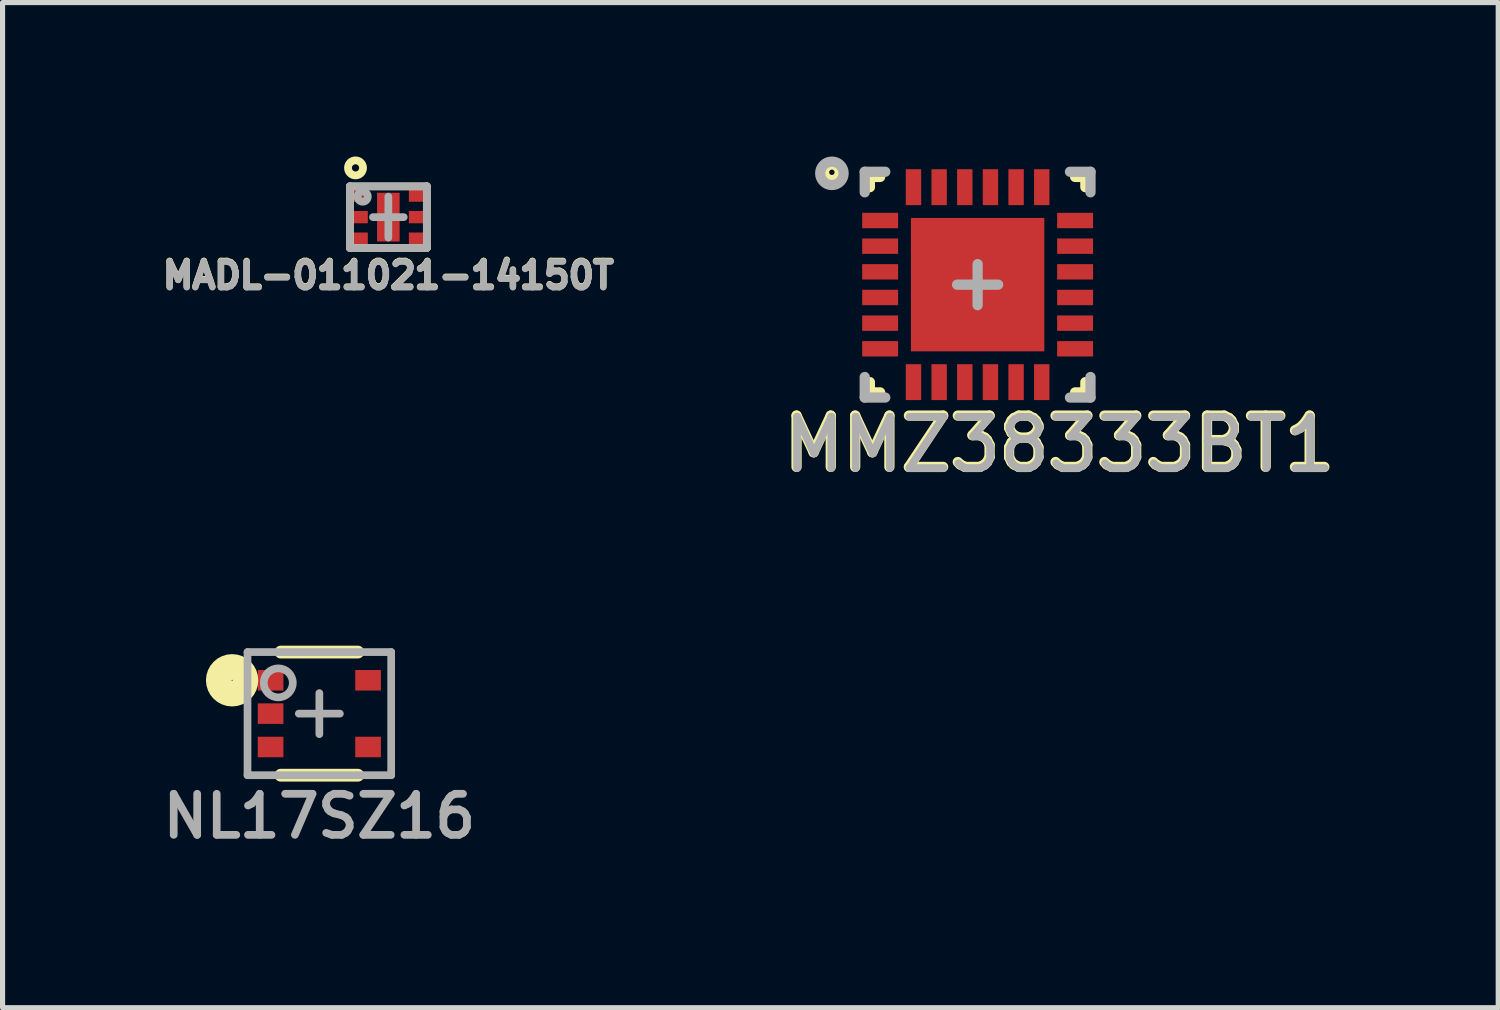
<source format=kicad_pcb>
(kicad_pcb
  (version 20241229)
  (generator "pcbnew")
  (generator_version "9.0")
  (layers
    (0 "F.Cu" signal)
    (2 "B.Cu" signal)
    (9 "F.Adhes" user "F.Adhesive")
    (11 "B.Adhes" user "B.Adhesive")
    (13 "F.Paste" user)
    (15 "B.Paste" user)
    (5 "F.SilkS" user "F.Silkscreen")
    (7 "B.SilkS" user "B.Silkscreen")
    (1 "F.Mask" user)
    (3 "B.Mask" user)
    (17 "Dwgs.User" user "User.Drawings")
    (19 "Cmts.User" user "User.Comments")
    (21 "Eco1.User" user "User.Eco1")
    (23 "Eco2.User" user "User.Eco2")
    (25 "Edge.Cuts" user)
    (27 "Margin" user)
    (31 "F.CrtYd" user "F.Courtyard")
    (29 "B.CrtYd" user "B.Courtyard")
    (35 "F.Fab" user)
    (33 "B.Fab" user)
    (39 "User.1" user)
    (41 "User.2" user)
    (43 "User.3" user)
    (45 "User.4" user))
  (footprint "MADL-011021-14150T"
    (layer "F.Cu")
    (at 4.519 1.182)
    (property "Reference" "MADL-011021-14150T" (at -0.001 1.129 0) (layer "F.SilkS") (effects (font (size 0.5 0.5) (thickness 0.125))))
    (attr through_hole)
    (fp_line (start -0.75 -0.6) (end -0.75 0.6) (stroke (width 0.15) (type solid)) (layer "F.SilkS"))
    (fp_line (start -0.75 -0.6) (end 0.75 -0.6) (stroke (width 0.15) (type solid)) (layer "F.SilkS"))
    (fp_line (start -0.75 0.6) (end 0.75 0.6) (stroke (width 0.15) (type solid)) (layer "F.SilkS"))
    (fp_line (start 0.75 -0.6) (end 0.75 0.6) (stroke (width 0.15) (type solid)) (layer "F.SilkS"))
    (fp_circle (center -0.64 -0.96) (end -0.533 -0.86) (stroke (width 0.152) (type solid)) (fill no) (layer "F.SilkS"))
    (fp_line (start -0.75 -0.6) (end -0.75 0.6) (stroke (width 0.15) (type solid)) (layer "F.Fab"))
    (fp_line (start -0.3 0) (end 0.3 0) (stroke (width 0.15) (type solid)) (layer "F.Fab"))
    (fp_line (start 0 -0.4) (end 0 0.4) (stroke (width 0.15) (type solid)) (layer "F.Fab"))
    (fp_line (start 0.75 -0.6) (end -0.75 -0.6) (stroke (width 0.15) (type solid)) (layer "F.Fab"))
    (fp_line (start 0.75 -0.6) (end 0.75 0.6) (stroke (width 0.15) (type solid)) (layer "F.Fab"))
    (fp_line (start 0.75 0.6) (end -0.75 0.6) (stroke (width 0.15) (type solid)) (layer "F.Fab"))
    (fp_circle (center -0.5 -0.4) (end -0.4 -0.4) (stroke (width 0.15) (type solid)) (fill no) (layer "F.Fab"))
    (fp_text user "${REFERENCE}" (at -0.001 1.142 0) (layer "F.Fab") (effects (font (size 0.5 0.5) (thickness 0.125))))
    (pad "1" smd rect (at -0.575 -0.425) (size 0.35 0.25) (layers "F.Cu" "F.Mask" "F.Paste"))
    (pad "2" smd rect (at -0.575 0) (size 0.35 0.24) (layers "F.Cu" "F.Mask" "F.Paste"))
    (pad "3" smd rect (at -0.575 0.425) (size 0.35 0.25) (layers "F.Cu" "F.Mask" "F.Paste"))
    (pad "4" smd rect (at 0.575 0.425) (size 0.35 0.25) (layers "F.Cu" "F.Mask" "F.Paste"))
    (pad "5" smd rect (at 0.575 0) (size 0.35 0.24) (layers "F.Cu" "F.Mask" "F.Paste"))
    (pad "6" smd rect (at 0.575 -0.425) (size 0.35 0.25) (layers "F.Cu" "F.Mask" "F.Paste"))
    (pad "7" smd rect (at 0 0) (size 0.44 0.95) (layers "F.Cu" "F.Mask" "F.Paste")))
  (footprint "MMZ38333BT1"
    (layer "F.Cu")
    (at 16.004 2.498)
    (property "Reference" "MMZ38333BT1" (at 1.59 3.1 0) (layer "F.SilkS") (effects (font (size 1 1) (thickness 0.2))))
    (attr smd)
    (fp_line (start -2.1 -2.1) (end -2.1 -1.9) (stroke (width 0.2) (type solid)) (layer "F.SilkS"))
    (fp_line (start -2.1 -2.1) (end -1.9 -2.1) (stroke (width 0.2) (type solid)) (layer "F.SilkS"))
    (fp_line (start -2.1 1.9) (end -2.1 2.1) (stroke (width 0.2) (type solid)) (layer "F.SilkS"))
    (fp_line (start -2.1 2.1) (end -1.9 2.1) (stroke (width 0.2) (type solid)) (layer "F.SilkS"))
    (fp_line (start 1.9 -2.1) (end 2.1 -2.1) (stroke (width 0.2) (type solid)) (layer "F.SilkS"))
    (fp_line (start 1.9 2.1) (end 2.1 2.1) (stroke (width 0.2) (type solid)) (layer "F.SilkS"))
    (fp_line (start 2.1 -2.1) (end 2.1 -1.9) (stroke (width 0.2) (type solid)) (layer "F.SilkS"))
    (fp_line (start 2.1 2.1) (end 2.1 1.9) (stroke (width 0.2) (type solid)) (layer "F.SilkS"))
    (fp_circle (center -2.84 -2.19) (end -2.7 -2.13) (stroke (width 0.2) (type solid)) (fill no) (layer "F.SilkS"))
    (fp_line (start -2.2 -2.2) (end -1.8 -2.2) (stroke (width 0.2) (type solid)) (layer "F.Fab"))
    (fp_line (start -2.2 -1.8) (end -2.2 -2.2) (stroke (width 0.2) (type solid)) (layer "F.Fab"))
    (fp_line (start -2.2 1.8) (end -2.2 2.2) (stroke (width 0.2) (type solid)) (layer "F.Fab"))
    (fp_line (start -2.2 2.2) (end -1.8 2.2) (stroke (width 0.2) (type solid)) (layer "F.Fab"))
    (fp_line (start -0.4 0) (end 0.4 0) (stroke (width 0.2) (type solid)) (layer "F.Fab"))
    (fp_line (start 0 -0.4) (end 0 0.4) (stroke (width 0.2) (type solid)) (layer "F.Fab"))
    (fp_line (start 1.8 -2.2) (end 2.2 -2.2) (stroke (width 0.2) (type solid)) (layer "F.Fab"))
    (fp_line (start 1.8 2.2) (end 2.2 2.2) (stroke (width 0.2) (type solid)) (layer "F.Fab"))
    (fp_line (start 2.2 -2.2) (end 2.2 -1.8) (stroke (width 0.2) (type solid)) (layer "F.Fab"))
    (fp_line (start 2.2 2.2) (end 2.2 1.8) (stroke (width 0.2) (type solid)) (layer "F.Fab"))
    (fp_circle (center -2.84 -2.17) (end -2.66 -2.03) (stroke (width 0.2) (type solid)) (fill no) (layer "F.Fab"))
    (fp_text user "${REFERENCE}" (at 1.6 3.12 0) (layer "F.Fab") (effects (font (size 1 1) (thickness 0.15))))
    (pad "0" smd rect (at 0 0) (size 2.6 2.6) (layers "F.Cu" "F.Mask" "F.Paste"))
    (pad "1" smd rect (at -1.9 -1.25) (size 0.7 0.3) (layers "F.Cu" "F.Mask" "F.Paste"))
    (pad "2" smd rect (at -1.9 -0.75) (size 0.7 0.3) (layers "F.Cu" "F.Mask" "F.Paste"))
    (pad "3" smd rect (at -1.9 -0.25) (size 0.7 0.3) (layers "F.Cu" "F.Mask" "F.Paste"))
    (pad "4" smd rect (at -1.9 0.25) (size 0.7 0.3) (layers "F.Cu" "F.Mask" "F.Paste"))
    (pad "5" smd rect (at -1.9 0.75) (size 0.7 0.3) (layers "F.Cu" "F.Mask" "F.Paste"))
    (pad "6" smd rect (at -1.9 1.25) (size 0.7 0.3) (layers "F.Cu" "F.Mask" "F.Paste"))
    (pad "7" smd rect (at -1.25 1.9 90) (size 0.7 0.3) (layers "F.Cu" "F.Mask" "F.Paste"))
    (pad "8" smd rect (at -0.75 1.9 90) (size 0.7 0.3) (layers "F.Cu" "F.Mask" "F.Paste"))
    (pad "9" smd rect (at -0.25 1.9 90) (size 0.7 0.3) (layers "F.Cu" "F.Mask" "F.Paste"))
    (pad "10" smd rect (at 0.25 1.9 90) (size 0.7 0.3) (layers "F.Cu" "F.Mask" "F.Paste"))
    (pad "11" smd rect (at 0.75 1.9 90) (size 0.7 0.3) (layers "F.Cu" "F.Mask" "F.Paste"))
    (pad "12" smd rect (at 1.25 1.9 90) (size 0.7 0.3) (layers "F.Cu" "F.Mask" "F.Paste"))
    (pad "13" smd rect (at 1.9 1.25) (size 0.7 0.3) (layers "F.Cu" "F.Mask" "F.Paste"))
    (pad "14" smd rect (at 1.9 0.75) (size 0.7 0.3) (layers "F.Cu" "F.Mask" "F.Paste"))
    (pad "15" smd rect (at 1.9 0.25) (size 0.7 0.3) (layers "F.Cu" "F.Mask" "F.Paste"))
    (pad "16" smd rect (at 1.9 -0.25) (size 0.7 0.3) (layers "F.Cu" "F.Mask" "F.Paste"))
    (pad "17" smd rect (at 1.9 -0.75) (size 0.7 0.3) (layers "F.Cu" "F.Mask" "F.Paste"))
    (pad "18" smd rect (at 1.9 -1.25) (size 0.7 0.3) (layers "F.Cu" "F.Mask" "F.Paste"))
    (pad "19" smd rect (at 1.25 -1.9 90) (size 0.7 0.3) (layers "F.Cu" "F.Mask" "F.Paste"))
    (pad "20" smd rect (at 0.75 -1.9 90) (size 0.7 0.3) (layers "F.Cu" "F.Mask" "F.Paste"))
    (pad "21" smd rect (at 0.25 -1.9 90) (size 0.7 0.3) (layers "F.Cu" "F.Mask" "F.Paste"))
    (pad "22" smd rect (at -0.25 -1.9 90) (size 0.7 0.3) (layers "F.Cu" "F.Mask" "F.Paste"))
    (pad "23" smd rect (at -0.75 -1.9 90) (size 0.7 0.3) (layers "F.Cu" "F.Mask" "F.Paste"))
    (pad "24" smd rect (at -1.25 -1.9 90) (size 0.7 0.3) (layers "F.Cu" "F.Mask" "F.Paste")))
  (footprint "NL17SZ16"
    (layer "F.Cu")
    (at 3.174 10.859)
    (property "Reference" "NL17SZ16" (at 0 2 0) (layer "F.SilkS") (effects (font (size 0.8 0.8) (thickness 0.125))))
    (attr smd)
    (fp_line (start -0.75 -1.2) (end 0.75 -1.2) (stroke (width 0.25) (type solid)) (layer "F.SilkS"))
    (fp_line (start -0.75 1.2) (end 0.75 1.2) (stroke (width 0.25) (type solid)) (layer "F.SilkS"))
    (fp_circle (center -1.7 -0.65) (end -1.7 -0.64) (stroke (width 0.5) (type solid)) (fill no) (layer "F.SilkS"))
    (fp_line (start -1.4 -1.2) (end 1.4 -1.2) (stroke (width 0.15) (type solid)) (layer "F.Fab"))
    (fp_line (start -1.4 1.2) (end -1.4 -1.2) (stroke (width 0.15) (type solid)) (layer "F.Fab"))
    (fp_line (start -0.4 0) (end 0.4 0) (stroke (width 0.15) (type solid)) (layer "F.Fab"))
    (fp_line (start 0 -0.4) (end 0 0.4) (stroke (width 0.15) (type solid)) (layer "F.Fab"))
    (fp_line (start 1.4 -1.2) (end 1.4 1.2) (stroke (width 0.15) (type solid)) (layer "F.Fab"))
    (fp_line (start 1.4 1.2) (end -1.4 1.2) (stroke (width 0.15) (type solid)) (layer "F.Fab"))
    (fp_circle (center -0.8 -0.6) (end -0.6 -0.4) (stroke (width 0.15) (type solid)) (fill no) (layer "F.Fab"))
    (fp_text user "${REFERENCE}" (at 0 2 0) (layer "F.Fab") (effects (font (size 0.8 0.8) (thickness 0.15))))
    (pad "1" smd rect (at -0.95 -0.65) (size 0.5 0.4) (layers "F.Cu" "F.Mask" "F.Paste"))
    (pad "2" smd rect (at -0.95 0) (size 0.5 0.4) (layers "F.Cu" "F.Mask" "F.Paste"))
    (pad "3" smd rect (at -0.95 0.65) (size 0.5 0.4) (layers "F.Cu" "F.Mask" "F.Paste"))
    (pad "4" smd rect (at 0.95 0.65) (size 0.5 0.4) (layers "F.Cu" "F.Mask" "F.Paste"))
    (pad "5" smd rect (at 0.95 -0.65) (size 0.5 0.4) (layers "F.Cu" "F.Mask" "F.Paste")))
  (gr_rect
    (start -3 -3)
    (end 26.151 16.59)
    (stroke (width 0.1) (type default))
    (fill no)
    (layer "Edge.Cuts")))
</source>
